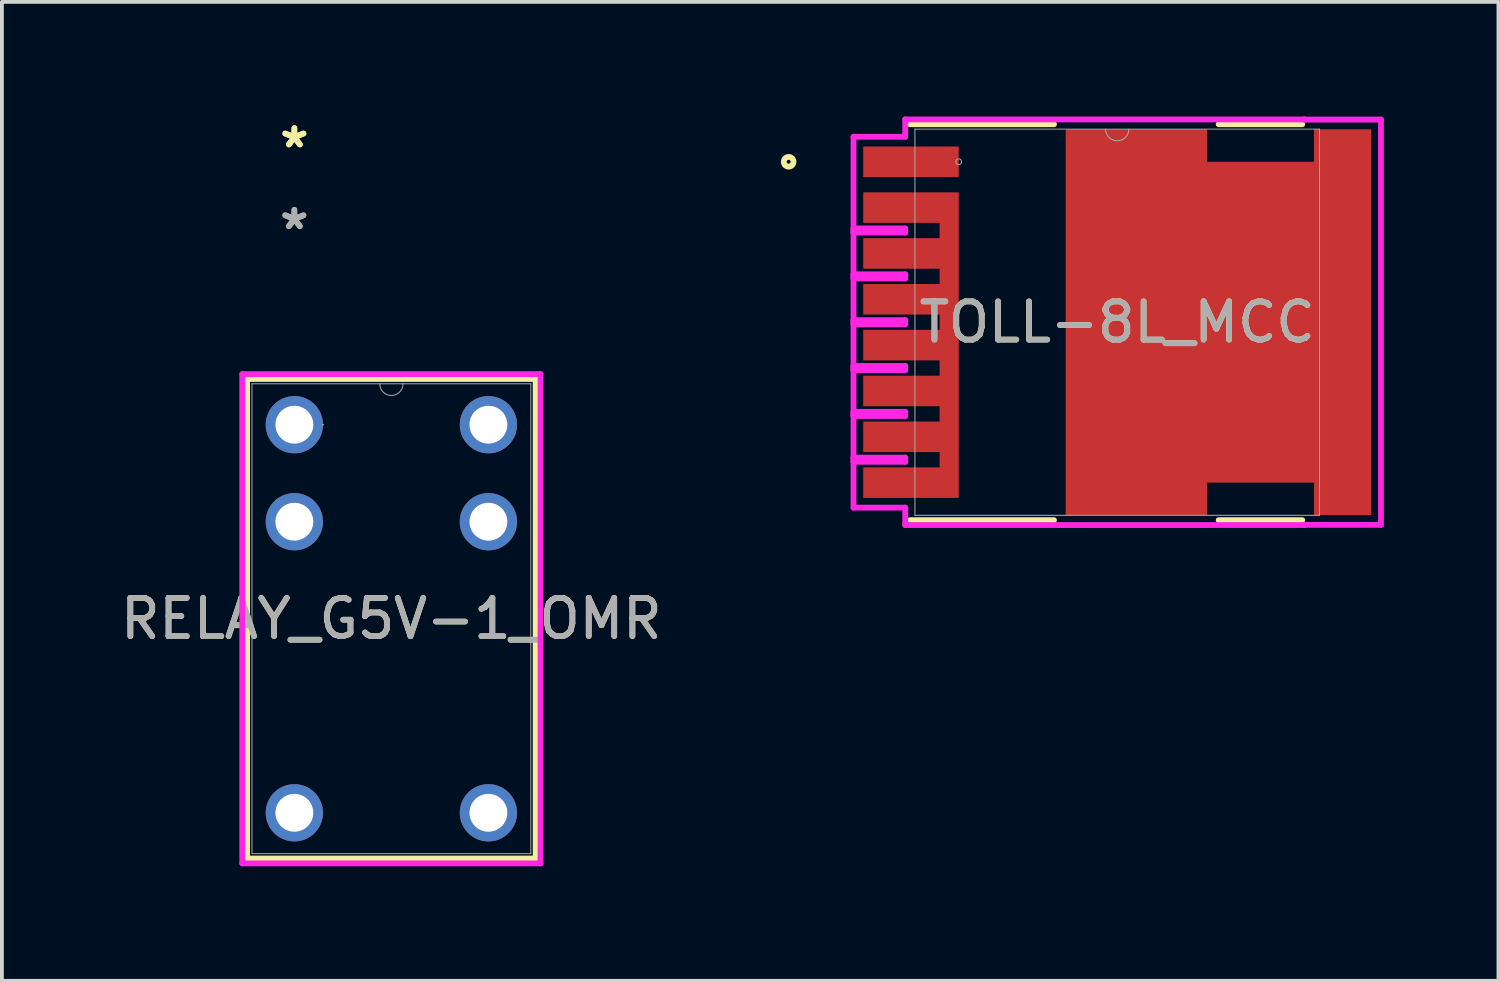
<source format=kicad_pcb>
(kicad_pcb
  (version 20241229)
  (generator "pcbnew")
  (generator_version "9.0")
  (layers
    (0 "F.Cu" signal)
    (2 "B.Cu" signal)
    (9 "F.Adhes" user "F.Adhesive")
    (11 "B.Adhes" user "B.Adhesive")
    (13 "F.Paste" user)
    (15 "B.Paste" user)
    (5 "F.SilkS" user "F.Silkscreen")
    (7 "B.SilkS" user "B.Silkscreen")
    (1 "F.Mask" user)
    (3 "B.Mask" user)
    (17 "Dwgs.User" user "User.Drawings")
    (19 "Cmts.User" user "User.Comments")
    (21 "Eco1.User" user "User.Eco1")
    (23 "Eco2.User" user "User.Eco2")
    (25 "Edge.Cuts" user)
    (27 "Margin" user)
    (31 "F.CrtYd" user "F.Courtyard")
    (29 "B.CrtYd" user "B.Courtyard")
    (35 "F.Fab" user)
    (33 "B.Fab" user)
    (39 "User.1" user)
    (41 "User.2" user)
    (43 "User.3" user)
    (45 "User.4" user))
  (footprint "RELAY_G5V-1_OMR"
    (layer "F.Cu")
    (at 9.736 18.228)
    (property "Reference" "RELAY_G5V-1_OMR" (at -2.54 -5.08 0) (unlocked yes) (layer "F.SilkS") (effects (font (size 1 1) (thickness 0.15))))
    (attr through_hole)
    (fp_line (start -6.317 -11.357) (end -6.317 1.197) (stroke (width 0.152) (type solid)) (layer "F.SilkS"))
    (fp_line (start -6.317 1.197) (end 1.237 1.197) (stroke (width 0.152) (type solid)) (layer "F.SilkS"))
    (fp_line (start 1.237 -11.357) (end -6.317 -11.357) (stroke (width 0.152) (type solid)) (layer "F.SilkS"))
    (fp_line (start 1.237 1.197) (end 1.237 -11.357) (stroke (width 0.152) (type solid)) (layer "F.SilkS"))
    (fp_line (start -6.444 -11.484) (end 1.364 -11.484) (stroke (width 0.152) (type solid)) (layer "F.CrtYd"))
    (fp_line (start -6.444 1.324) (end -6.444 -11.484) (stroke (width 0.152) (type solid)) (layer "F.CrtYd"))
    (fp_line (start 1.364 -11.484) (end 1.364 1.324) (stroke (width 0.152) (type solid)) (layer "F.CrtYd"))
    (fp_line (start 1.364 1.324) (end -6.444 1.324) (stroke (width 0.152) (type solid)) (layer "F.CrtYd"))
    (fp_line (start -6.19 -11.23) (end -6.19 1.07) (stroke (width 0.025) (type solid)) (layer "F.Fab"))
    (fp_line (start -6.19 1.07) (end 1.11 1.07) (stroke (width 0.025) (type solid)) (layer "F.Fab"))
    (fp_line (start 1.11 -11.23) (end -6.19 -11.23) (stroke (width 0.025) (type solid)) (layer "F.Fab"))
    (fp_line (start 1.11 1.07) (end 1.11 -11.23) (stroke (width 0.025) (type solid)) (layer "F.Fab"))
    (fp_arc (start -2.2352 -11.230001) (mid -2.54 -10.925201) (end -2.8448 -11.230001) (stroke (width 0.0254) (type solid)) (layer "F.Fab"))
    (fp_circle (center -4.331 -10.16) (end -4.331 -10.16) (stroke (width 0.025) (type solid)) (fill no) (layer "F.Fab"))
    (fp_text user "*" (at -5.08 -17.38 0) (layer "F.SilkS") (effects (font (size 1 1) (thickness 0.15))))
    (fp_text user "*" (at -5.08 -17.38 0) (unlocked yes) (layer "F.SilkS") (effects (font (size 1 1) (thickness 0.15))))
    (fp_text user "${REFERENCE}" (at -2.54 -5.08 0) (unlocked yes) (layer "F.Fab") (effects (font (size 1 1) (thickness 0.15))))
    (fp_text user "*" (at -5.08 -15.24 0) (layer "F.Fab") (effects (font (size 1 1) (thickness 0.15))))
    (fp_text user "*" (at -5.08 -15.24 0) (unlocked yes) (layer "F.Fab") (effects (font (size 1 1) (thickness 0.15))))
    (pad "1" thru_hole circle (at -5.08 -10.16) (size 1.499 1.499) (drill 0.991) (layers "*.Cu" "*.Mask"))
    (pad "2" thru_hole circle (at -5.08 -7.62) (size 1.499 1.499) (drill 0.991) (layers "*.Cu" "*.Mask"))
    (pad "5" thru_hole circle (at -5.08 0) (size 1.499 1.499) (drill 0.991) (layers "*.Cu" "*.Mask"))
    (pad "6" thru_hole circle (at 0 0) (size 1.499 1.499) (drill 0.991) (layers "*.Cu" "*.Mask"))
    (pad "9" thru_hole circle (at 0 -7.62) (size 1.499 1.499) (drill 0.991) (layers "*.Cu" "*.Mask"))
    (pad "10" thru_hole circle (at 0 -10.16) (size 1.499 1.499) (drill 0.991) (layers "*.Cu" "*.Mask")))
  (footprint "TOLL-8L_MCC"
    (layer "F.Cu")
    (at 26.198 5.385)
    (property "Reference" "TOLL-8L_MCC" (at 0 0 0) (unlocked yes) (layer "F.SilkS") (effects (font (size 1 1) (thickness 0.15))))
    (attr smd)
    (fp_poly (pts (xy -1.35 -5.05) (xy -1.35 5.05) (xy 2.35 5.05) (xy 2.35 4.2) (xy 5.15 4.2) (xy 5.15 5.05) (xy 6.65 5.05) (xy 6.65 -5.05) (xy 5.15 -5.05) (xy 5.15 -4.2) (xy 2.35 -4.2) (xy 2.35 -5.05)) (stroke (width 0) (type solid)) (fill yes) (layer "F.Cu"))
    (fp_poly (pts (xy -6.65 -3.4) (xy -6.65 -2.6) (xy -4.65 -2.6) (xy -4.65 -2.2) (xy -6.65 -2.2) (xy -6.65 -1.4) (xy -4.65 -1.4) (xy -4.65 -1) (xy -6.65 -1) (xy -6.65 -0.2) (xy -4.65 -0.2) (xy -4.65 0.2) (xy -6.65 0.2) (xy -6.65 1) (xy -4.65 1) (xy -4.65 1.4) (xy -6.65 1.4) (xy -6.65 2.2) (xy -4.65 2.2) (xy -4.65 2.6) (xy -6.65 2.6) (xy -6.65 3.4) (xy -4.65 3.4) (xy -4.65 3.8) (xy -6.65 3.8) (xy -6.65 4.6) (xy -4.15 4.6) (xy -4.15 -3.4)) (stroke (width 0) (type solid)) (fill yes) (layer "F.Cu"))
    (fp_poly (pts (xy -1.35 -5.05) (xy -1.35 5.05) (xy 2.35 5.05) (xy 2.35 4.2) (xy 5.15 4.2) (xy 5.15 5.05) (xy 6.65 5.05) (xy 6.65 -5.05) (xy 5.15 -5.05) (xy 5.15 -4.2) (xy 2.35 -4.2) (xy 2.35 -5.05)) (stroke (width 0) (type solid)) (fill yes) (layer "F.Mask"))
    (fp_poly (pts (xy -6.65 -3.4) (xy -6.65 -2.6) (xy -4.65 -2.6) (xy -4.65 -2.2) (xy -6.65 -2.2) (xy -6.65 -1.4) (xy -4.65 -1.4) (xy -4.65 -1) (xy -6.65 -1) (xy -6.65 -0.2) (xy -4.65 -0.2) (xy -4.65 0.2) (xy -6.65 0.2) (xy -6.65 1) (xy -4.65 1) (xy -4.65 1.4) (xy -6.65 1.4) (xy -6.65 2.2) (xy -4.65 2.2) (xy -4.65 2.6) (xy -6.65 2.6) (xy -6.65 3.4) (xy -4.65 3.4) (xy -4.65 3.8) (xy -6.65 3.8) (xy -6.65 4.6) (xy -4.15 4.6) (xy -4.15 -3.4)) (stroke (width 0) (type solid)) (fill yes) (layer "F.Mask"))
    (fp_line (start -5.423 -5.182) (end -1.656 -5.182) (stroke (width 0.152) (type solid)) (layer "F.SilkS"))
    (fp_line (start -1.656 5.182) (end -5.423 5.182) (stroke (width 0.152) (type solid)) (layer "F.SilkS"))
    (fp_line (start 2.656 -5.182) (end 4.844 -5.182) (stroke (width 0.152) (type solid)) (layer "F.SilkS"))
    (fp_line (start 4.844 5.182) (end 2.656 5.182) (stroke (width 0.152) (type solid)) (layer "F.SilkS"))
    (fp_circle (center -8.602 -4.2) (end -8.475 -4.2) (stroke (width 0.152) (type solid)) (fill no) (layer "F.SilkS"))
    (fp_poly (pts (xy -1.35 -5.05) (xy -1.35 5.05) (xy 2.35 5.05) (xy 2.35 4.2) (xy 5.15 4.2) (xy 5.15 5.05) (xy 6.65 5.05) (xy 6.65 -5.05) (xy 5.15 -5.05) (xy 5.15 -4.2) (xy 2.35 -4.2) (xy 2.35 -5.05)) (stroke (width 0) (type solid)) (fill yes) (layer "F.Paste"))
    (fp_poly (pts (xy -6.65 -3.4) (xy -6.65 -2.6) (xy -4.65 -2.6) (xy -4.65 -2.2) (xy -6.65 -2.2) (xy -6.65 -1.4) (xy -4.65 -1.4) (xy -4.65 -1) (xy -6.65 -1) (xy -6.65 -0.2) (xy -4.65 -0.2) (xy -4.65 0.2) (xy -6.65 0.2) (xy -6.65 1) (xy -4.65 1) (xy -4.65 1.4) (xy -6.65 1.4) (xy -6.65 2.2) (xy -4.65 2.2) (xy -4.65 2.6) (xy -6.65 2.6) (xy -6.65 3.4) (xy -4.65 3.4) (xy -4.65 3.8) (xy -6.65 3.8) (xy -6.65 4.6) (xy -4.15 4.6) (xy -4.15 -3.4)) (stroke (width 0) (type solid)) (fill yes) (layer "F.Paste"))
    (fp_line (start -6.904 -4.854) (end -6.904 -2.346) (stroke (width 0.152) (type solid)) (layer "F.CrtYd"))
    (fp_line (start -6.904 -2.454) (end -6.904 -1.146) (stroke (width 0.152) (type solid)) (layer "F.CrtYd"))
    (fp_line (start -6.904 -2.346) (end -5.55 -2.346) (stroke (width 0.152) (type solid)) (layer "F.CrtYd"))
    (fp_line (start -6.904 -1.254) (end -6.904 0.054) (stroke (width 0.152) (type solid)) (layer "F.CrtYd"))
    (fp_line (start -6.904 -1.146) (end -5.55 -1.146) (stroke (width 0.152) (type solid)) (layer "F.CrtYd"))
    (fp_line (start -6.904 -0.054) (end -6.904 1.254) (stroke (width 0.152) (type solid)) (layer "F.CrtYd"))
    (fp_line (start -6.904 0.054) (end -5.55 0.054) (stroke (width 0.152) (type solid)) (layer "F.CrtYd"))
    (fp_line (start -6.904 1.146) (end -6.904 2.454) (stroke (width 0.152) (type solid)) (layer "F.CrtYd"))
    (fp_line (start -6.904 1.254) (end -5.55 1.254) (stroke (width 0.152) (type solid)) (layer "F.CrtYd"))
    (fp_line (start -6.904 2.346) (end -6.904 3.654) (stroke (width 0.152) (type solid)) (layer "F.CrtYd"))
    (fp_line (start -6.904 2.454) (end -5.55 2.454) (stroke (width 0.152) (type solid)) (layer "F.CrtYd"))
    (fp_line (start -6.904 3.546) (end -6.904 4.854) (stroke (width 0.152) (type solid)) (layer "F.CrtYd"))
    (fp_line (start -6.904 3.654) (end -5.55 3.654) (stroke (width 0.152) (type solid)) (layer "F.CrtYd"))
    (fp_line (start -6.904 4.854) (end -5.55 4.854) (stroke (width 0.152) (type solid)) (layer "F.CrtYd"))
    (fp_line (start -5.55 -5.309) (end -5.55 -4.854) (stroke (width 0.152) (type solid)) (layer "F.CrtYd"))
    (fp_line (start -5.55 -4.854) (end -6.904 -4.854) (stroke (width 0.152) (type solid)) (layer "F.CrtYd"))
    (fp_line (start -5.55 -2.454) (end -6.904 -2.454) (stroke (width 0.152) (type solid)) (layer "F.CrtYd"))
    (fp_line (start -5.55 -2.346) (end -5.55 -2.454) (stroke (width 0.152) (type solid)) (layer "F.CrtYd"))
    (fp_line (start -5.55 -1.254) (end -6.904 -1.254) (stroke (width 0.152) (type solid)) (layer "F.CrtYd"))
    (fp_line (start -5.55 -1.146) (end -5.55 -1.254) (stroke (width 0.152) (type solid)) (layer "F.CrtYd"))
    (fp_line (start -5.55 -0.054) (end -6.904 -0.054) (stroke (width 0.152) (type solid)) (layer "F.CrtYd"))
    (fp_line (start -5.55 0.054) (end -5.55 -0.054) (stroke (width 0.152) (type solid)) (layer "F.CrtYd"))
    (fp_line (start -5.55 1.146) (end -6.904 1.146) (stroke (width 0.152) (type solid)) (layer "F.CrtYd"))
    (fp_line (start -5.55 1.254) (end -5.55 1.146) (stroke (width 0.152) (type solid)) (layer "F.CrtYd"))
    (fp_line (start -5.55 2.346) (end -6.904 2.346) (stroke (width 0.152) (type solid)) (layer "F.CrtYd"))
    (fp_line (start -5.55 2.454) (end -5.55 2.346) (stroke (width 0.152) (type solid)) (layer "F.CrtYd"))
    (fp_line (start -5.55 3.546) (end -6.904 3.546) (stroke (width 0.152) (type solid)) (layer "F.CrtYd"))
    (fp_line (start -5.55 3.654) (end -5.55 3.546) (stroke (width 0.152) (type solid)) (layer "F.CrtYd"))
    (fp_line (start -5.55 4.854) (end -5.55 5.309) (stroke (width 0.152) (type solid)) (layer "F.CrtYd"))
    (fp_line (start -5.55 5.309) (end 4.896 5.309) (stroke (width 0.152) (type solid)) (layer "F.CrtYd"))
    (fp_line (start 4.896 -5.309) (end -5.55 -5.309) (stroke (width 0.152) (type solid)) (layer "F.CrtYd"))
    (fp_line (start 4.896 -5.304) (end 4.896 -5.309) (stroke (width 0.152) (type solid)) (layer "F.CrtYd"))
    (fp_line (start 4.896 5.304) (end 6.904 5.304) (stroke (width 0.152) (type solid)) (layer "F.CrtYd"))
    (fp_line (start 4.896 5.309) (end 4.896 5.304) (stroke (width 0.152) (type solid)) (layer "F.CrtYd"))
    (fp_line (start 6.904 -5.304) (end 4.896 -5.304) (stroke (width 0.152) (type solid)) (layer "F.CrtYd"))
    (fp_line (start 6.904 5.304) (end 6.904 -5.304) (stroke (width 0.152) (type solid)) (layer "F.CrtYd"))
    (fp_line (start -5.296 -5.055) (end -5.296 5.055) (stroke (width 0.025) (type solid)) (layer "F.Fab"))
    (fp_line (start -5.296 5.055) (end 5.296 5.055) (stroke (width 0.025) (type solid)) (layer "F.Fab"))
    (fp_line (start 5.296 -5.055) (end -5.296 -5.055) (stroke (width 0.025) (type solid)) (layer "F.Fab"))
    (fp_line (start 5.296 5.055) (end 5.296 -5.055) (stroke (width 0.025) (type solid)) (layer "F.Fab"))
    (fp_arc (start 0.3048 -5.0546) (mid 0 -4.7498) (end -0.3048 -5.0546) (stroke (width 0.0254) (type solid)) (layer "F.Fab"))
    (fp_circle (center -4.15 -4.2) (end -4.074 -4.2) (stroke (width 0.025) (type solid)) (fill no) (layer "F.Fab"))
    (fp_text user "${REFERENCE}" (at 0 0 0) (unlocked yes) (layer "F.Fab") (effects (font (size 1 1) (thickness 0.15))))
    (pad "1" smd rect (at -5.4 -4.2) (size 2.5 0.8) (layers "F.Cu" "F.Mask" "F.Paste"))
    (pad "2" smd rect (at -5.4 -3) (size 0.127 0.127) (layers "F.Cu" "F.Mask" "F.Paste"))
    (pad "3" smd rect (at -5.4 -1.8) (size 0.127 0.127) (layers "F.Cu" "F.Mask" "F.Paste"))
    (pad "4" smd rect (at -5.4 -0.6) (size 0.127 0.127) (layers "F.Cu" "F.Mask" "F.Paste"))
    (pad "5" smd rect (at -5.4 0.6) (size 0.127 0.127) (layers "F.Cu" "F.Mask" "F.Paste"))
    (pad "6" smd rect (at -5.4 1.8) (size 0.127 0.127) (layers "F.Cu" "F.Mask" "F.Paste"))
    (pad "7" smd rect (at -5.4 3) (size 0.127 0.127) (layers "F.Cu" "F.Mask" "F.Paste"))
    (pad "8" smd rect (at -5.4 4.2) (size 0.127 0.127) (layers "F.Cu" "F.Mask" "F.Paste"))
    (pad "9" smd rect (at 3.75 0) (size 0.127 0.127) (layers "F.Cu" "F.Mask" "F.Paste")))
  (gr_rect
    (start -3 -3)
    (end 36.178 22.628)
    (stroke (width 0.1) (type default))
    (fill no)
    (layer "Edge.Cuts")))
</source>
